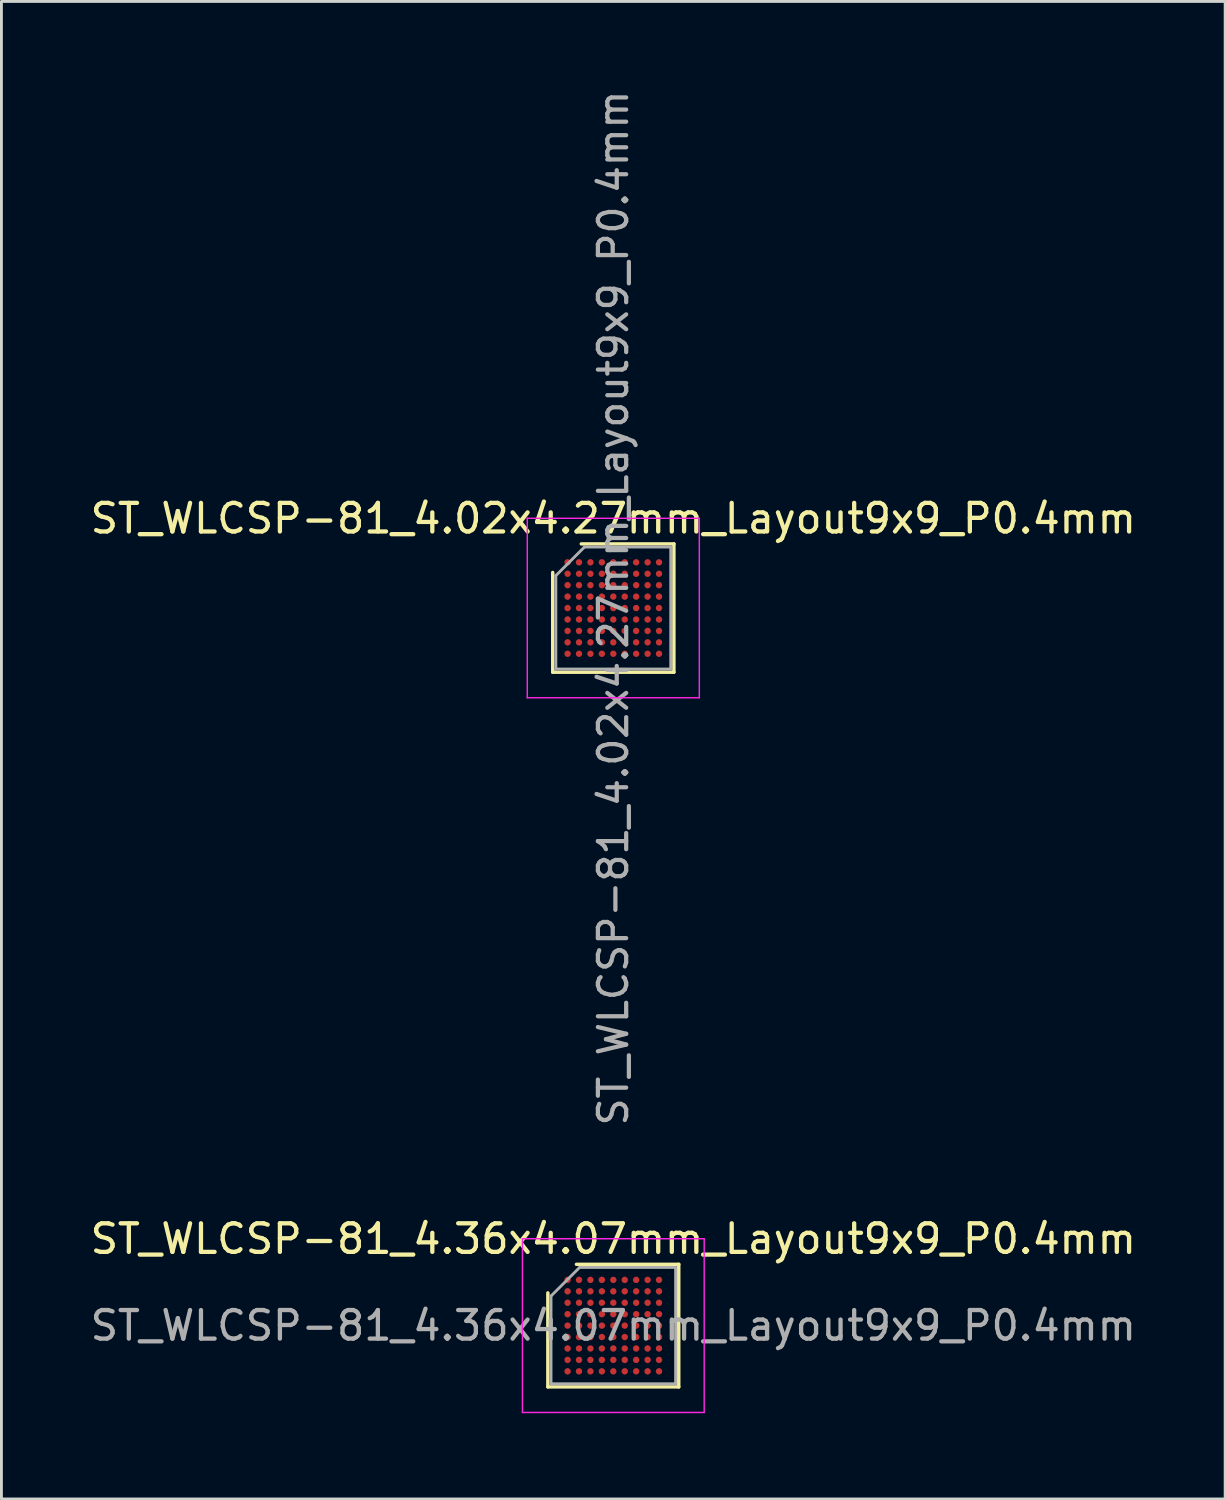
<source format=kicad_pcb>
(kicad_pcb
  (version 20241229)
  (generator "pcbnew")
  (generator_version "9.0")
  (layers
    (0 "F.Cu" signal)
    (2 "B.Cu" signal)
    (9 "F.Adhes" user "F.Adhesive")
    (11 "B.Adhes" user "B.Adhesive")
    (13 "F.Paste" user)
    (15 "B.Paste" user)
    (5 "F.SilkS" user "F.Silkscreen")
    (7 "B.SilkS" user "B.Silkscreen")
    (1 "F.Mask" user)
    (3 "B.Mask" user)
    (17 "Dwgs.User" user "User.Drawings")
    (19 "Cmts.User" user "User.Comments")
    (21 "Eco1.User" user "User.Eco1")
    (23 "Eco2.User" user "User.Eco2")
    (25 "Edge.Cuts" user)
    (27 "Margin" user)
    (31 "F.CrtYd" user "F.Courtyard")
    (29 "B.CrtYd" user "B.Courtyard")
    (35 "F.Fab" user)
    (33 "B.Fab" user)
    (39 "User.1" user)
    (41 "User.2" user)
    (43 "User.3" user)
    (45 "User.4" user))
  (footprint "ST_WLCSP-81_4.02x4.27mm_Layout9x9_P0.4mm"
    (layer "F.Cu")
    (at 18.411 18.227)
    (property "Reference" "ST_WLCSP-81_4.02x4.27mm_Layout9x9_P0.4mm" (at 0 -3.135 0) (layer "F.SilkS") (effects (font (size 1 1) (thickness 0.15))))
    (attr smd)
    (fp_line (start -2.12 2.245) (end -2.12 -1.245) (stroke (width 0.12) (type solid)) (layer "F.SilkS"))
    (fp_line (start -1.12 -2.245) (end 2.12 -2.245) (stroke (width 0.12) (type solid)) (layer "F.SilkS"))
    (fp_line (start 2.12 -2.245) (end 2.12 2.245) (stroke (width 0.12) (type solid)) (layer "F.SilkS"))
    (fp_line (start 2.12 2.245) (end -2.12 2.245) (stroke (width 0.12) (type solid)) (layer "F.SilkS"))
    (fp_line (start -3.01 -3.14) (end -3.01 3.14) (stroke (width 0.05) (type solid)) (layer "F.CrtYd"))
    (fp_line (start -3.01 3.14) (end 3.01 3.14) (stroke (width 0.05) (type solid)) (layer "F.CrtYd"))
    (fp_line (start 3.01 -3.14) (end -3.01 -3.14) (stroke (width 0.05) (type solid)) (layer "F.CrtYd"))
    (fp_line (start 3.01 3.14) (end 3.01 -3.14) (stroke (width 0.05) (type solid)) (layer "F.CrtYd"))
    (fp_line (start -2.01 -1.135) (end -1.01 -2.135) (stroke (width 0.1) (type solid)) (layer "F.Fab"))
    (fp_line (start -2.01 2.135) (end -2.01 -1.135) (stroke (width 0.1) (type solid)) (layer "F.Fab"))
    (fp_line (start -1.01 -2.135) (end 2.01 -2.135) (stroke (width 0.1) (type solid)) (layer "F.Fab"))
    (fp_line (start 2.01 -2.135) (end 2.01 2.135) (stroke (width 0.1) (type solid)) (layer "F.Fab"))
    (fp_line (start 2.01 2.135) (end -2.01 2.135) (stroke (width 0.1) (type solid)) (layer "F.Fab"))
    (fp_text user "${REFERENCE}" (at 0 0 270) (layer "F.Fab") (effects (font (size 0.99 0.99) (thickness 0.148))))
    (pad "A1" smd circle (at -1.6 -1.6) (size 0.225 0.225) (layers "F.Cu" "F.Mask" "F.Paste"))
    (pad "A2" smd circle (at -1.2 -1.6) (size 0.225 0.225) (layers "F.Cu" "F.Mask" "F.Paste"))
    (pad "A3" smd circle (at -0.8 -1.6) (size 0.225 0.225) (layers "F.Cu" "F.Mask" "F.Paste"))
    (pad "A4" smd circle (at -0.4 -1.6) (size 0.225 0.225) (layers "F.Cu" "F.Mask" "F.Paste"))
    (pad "A5" smd circle (at 0 -1.6) (size 0.225 0.225) (layers "F.Cu" "F.Mask" "F.Paste"))
    (pad "A6" smd circle (at 0.4 -1.6) (size 0.225 0.225) (layers "F.Cu" "F.Mask" "F.Paste"))
    (pad "A7" smd circle (at 0.8 -1.6) (size 0.225 0.225) (layers "F.Cu" "F.Mask" "F.Paste"))
    (pad "A8" smd circle (at 1.2 -1.6) (size 0.225 0.225) (layers "F.Cu" "F.Mask" "F.Paste"))
    (pad "A9" smd circle (at 1.6 -1.6) (size 0.225 0.225) (layers "F.Cu" "F.Mask" "F.Paste"))
    (pad "B1" smd circle (at -1.6 -1.2) (size 0.225 0.225) (layers "F.Cu" "F.Mask" "F.Paste"))
    (pad "B2" smd circle (at -1.2 -1.2) (size 0.225 0.225) (layers "F.Cu" "F.Mask" "F.Paste"))
    (pad "B3" smd circle (at -0.8 -1.2) (size 0.225 0.225) (layers "F.Cu" "F.Mask" "F.Paste"))
    (pad "B4" smd circle (at -0.4 -1.2) (size 0.225 0.225) (layers "F.Cu" "F.Mask" "F.Paste"))
    (pad "B5" smd circle (at 0 -1.2) (size 0.225 0.225) (layers "F.Cu" "F.Mask" "F.Paste"))
    (pad "B6" smd circle (at 0.4 -1.2) (size 0.225 0.225) (layers "F.Cu" "F.Mask" "F.Paste"))
    (pad "B7" smd circle (at 0.8 -1.2) (size 0.225 0.225) (layers "F.Cu" "F.Mask" "F.Paste"))
    (pad "B8" smd circle (at 1.2 -1.2) (size 0.225 0.225) (layers "F.Cu" "F.Mask" "F.Paste"))
    (pad "B9" smd circle (at 1.6 -1.2) (size 0.225 0.225) (layers "F.Cu" "F.Mask" "F.Paste"))
    (pad "C1" smd circle (at -1.6 -0.8) (size 0.225 0.225) (layers "F.Cu" "F.Mask" "F.Paste"))
    (pad "C2" smd circle (at -1.2 -0.8) (size 0.225 0.225) (layers "F.Cu" "F.Mask" "F.Paste"))
    (pad "C3" smd circle (at -0.8 -0.8) (size 0.225 0.225) (layers "F.Cu" "F.Mask" "F.Paste"))
    (pad "C4" smd circle (at -0.4 -0.8) (size 0.225 0.225) (layers "F.Cu" "F.Mask" "F.Paste"))
    (pad "C5" smd circle (at 0 -0.8) (size 0.225 0.225) (layers "F.Cu" "F.Mask" "F.Paste"))
    (pad "C6" smd circle (at 0.4 -0.8) (size 0.225 0.225) (layers "F.Cu" "F.Mask" "F.Paste"))
    (pad "C7" smd circle (at 0.8 -0.8) (size 0.225 0.225) (layers "F.Cu" "F.Mask" "F.Paste"))
    (pad "C8" smd circle (at 1.2 -0.8) (size 0.225 0.225) (layers "F.Cu" "F.Mask" "F.Paste"))
    (pad "C9" smd circle (at 1.6 -0.8) (size 0.225 0.225) (layers "F.Cu" "F.Mask" "F.Paste"))
    (pad "D1" smd circle (at -1.6 -0.4) (size 0.225 0.225) (layers "F.Cu" "F.Mask" "F.Paste"))
    (pad "D2" smd circle (at -1.2 -0.4) (size 0.225 0.225) (layers "F.Cu" "F.Mask" "F.Paste"))
    (pad "D3" smd circle (at -0.8 -0.4) (size 0.225 0.225) (layers "F.Cu" "F.Mask" "F.Paste"))
    (pad "D4" smd circle (at -0.4 -0.4) (size 0.225 0.225) (layers "F.Cu" "F.Mask" "F.Paste"))
    (pad "D5" smd circle (at 0 -0.4) (size 0.225 0.225) (layers "F.Cu" "F.Mask" "F.Paste"))
    (pad "D6" smd circle (at 0.4 -0.4) (size 0.225 0.225) (layers "F.Cu" "F.Mask" "F.Paste"))
    (pad "D7" smd circle (at 0.8 -0.4) (size 0.225 0.225) (layers "F.Cu" "F.Mask" "F.Paste"))
    (pad "D8" smd circle (at 1.2 -0.4) (size 0.225 0.225) (layers "F.Cu" "F.Mask" "F.Paste"))
    (pad "D9" smd circle (at 1.6 -0.4) (size 0.225 0.225) (layers "F.Cu" "F.Mask" "F.Paste"))
    (pad "E1" smd circle (at -1.6 0) (size 0.225 0.225) (layers "F.Cu" "F.Mask" "F.Paste"))
    (pad "E2" smd circle (at -1.2 0) (size 0.225 0.225) (layers "F.Cu" "F.Mask" "F.Paste"))
    (pad "E3" smd circle (at -0.8 0) (size 0.225 0.225) (layers "F.Cu" "F.Mask" "F.Paste"))
    (pad "E4" smd circle (at -0.4 0) (size 0.225 0.225) (layers "F.Cu" "F.Mask" "F.Paste"))
    (pad "E5" smd circle (at 0 0) (size 0.225 0.225) (layers "F.Cu" "F.Mask" "F.Paste"))
    (pad "E6" smd circle (at 0.4 0) (size 0.225 0.225) (layers "F.Cu" "F.Mask" "F.Paste"))
    (pad "E7" smd circle (at 0.8 0) (size 0.225 0.225) (layers "F.Cu" "F.Mask" "F.Paste"))
    (pad "E8" smd circle (at 1.2 0) (size 0.225 0.225) (layers "F.Cu" "F.Mask" "F.Paste"))
    (pad "E9" smd circle (at 1.6 0) (size 0.225 0.225) (layers "F.Cu" "F.Mask" "F.Paste"))
    (pad "F1" smd circle (at -1.6 0.4) (size 0.225 0.225) (layers "F.Cu" "F.Mask" "F.Paste"))
    (pad "F2" smd circle (at -1.2 0.4) (size 0.225 0.225) (layers "F.Cu" "F.Mask" "F.Paste"))
    (pad "F3" smd circle (at -0.8 0.4) (size 0.225 0.225) (layers "F.Cu" "F.Mask" "F.Paste"))
    (pad "F4" smd circle (at -0.4 0.4) (size 0.225 0.225) (layers "F.Cu" "F.Mask" "F.Paste"))
    (pad "F5" smd circle (at 0 0.4) (size 0.225 0.225) (layers "F.Cu" "F.Mask" "F.Paste"))
    (pad "F6" smd circle (at 0.4 0.4) (size 0.225 0.225) (layers "F.Cu" "F.Mask" "F.Paste"))
    (pad "F7" smd circle (at 0.8 0.4) (size 0.225 0.225) (layers "F.Cu" "F.Mask" "F.Paste"))
    (pad "F8" smd circle (at 1.2 0.4) (size 0.225 0.225) (layers "F.Cu" "F.Mask" "F.Paste"))
    (pad "F9" smd circle (at 1.6 0.4) (size 0.225 0.225) (layers "F.Cu" "F.Mask" "F.Paste"))
    (pad "G1" smd circle (at -1.6 0.8) (size 0.225 0.225) (layers "F.Cu" "F.Mask" "F.Paste"))
    (pad "G2" smd circle (at -1.2 0.8) (size 0.225 0.225) (layers "F.Cu" "F.Mask" "F.Paste"))
    (pad "G3" smd circle (at -0.8 0.8) (size 0.225 0.225) (layers "F.Cu" "F.Mask" "F.Paste"))
    (pad "G4" smd circle (at -0.4 0.8) (size 0.225 0.225) (layers "F.Cu" "F.Mask" "F.Paste"))
    (pad "G5" smd circle (at 0 0.8) (size 0.225 0.225) (layers "F.Cu" "F.Mask" "F.Paste"))
    (pad "G6" smd circle (at 0.4 0.8) (size 0.225 0.225) (layers "F.Cu" "F.Mask" "F.Paste"))
    (pad "G7" smd circle (at 0.8 0.8) (size 0.225 0.225) (layers "F.Cu" "F.Mask" "F.Paste"))
    (pad "G8" smd circle (at 1.2 0.8) (size 0.225 0.225) (layers "F.Cu" "F.Mask" "F.Paste"))
    (pad "G9" smd circle (at 1.6 0.8) (size 0.225 0.225) (layers "F.Cu" "F.Mask" "F.Paste"))
    (pad "H1" smd circle (at -1.6 1.2) (size 0.225 0.225) (layers "F.Cu" "F.Mask" "F.Paste"))
    (pad "H2" smd circle (at -1.2 1.2) (size 0.225 0.225) (layers "F.Cu" "F.Mask" "F.Paste"))
    (pad "H3" smd circle (at -0.8 1.2) (size 0.225 0.225) (layers "F.Cu" "F.Mask" "F.Paste"))
    (pad "H4" smd circle (at -0.4 1.2) (size 0.225 0.225) (layers "F.Cu" "F.Mask" "F.Paste"))
    (pad "H5" smd circle (at 0 1.2) (size 0.225 0.225) (layers "F.Cu" "F.Mask" "F.Paste"))
    (pad "H6" smd circle (at 0.4 1.2) (size 0.225 0.225) (layers "F.Cu" "F.Mask" "F.Paste"))
    (pad "H7" smd circle (at 0.8 1.2) (size 0.225 0.225) (layers "F.Cu" "F.Mask" "F.Paste"))
    (pad "H8" smd circle (at 1.2 1.2) (size 0.225 0.225) (layers "F.Cu" "F.Mask" "F.Paste"))
    (pad "H9" smd circle (at 1.6 1.2) (size 0.225 0.225) (layers "F.Cu" "F.Mask" "F.Paste"))
    (pad "J1" smd circle (at -1.6 1.6) (size 0.225 0.225) (layers "F.Cu" "F.Mask" "F.Paste"))
    (pad "J2" smd circle (at -1.2 1.6) (size 0.225 0.225) (layers "F.Cu" "F.Mask" "F.Paste"))
    (pad "J3" smd circle (at -0.8 1.6) (size 0.225 0.225) (layers "F.Cu" "F.Mask" "F.Paste"))
    (pad "J4" smd circle (at -0.4 1.6) (size 0.225 0.225) (layers "F.Cu" "F.Mask" "F.Paste"))
    (pad "J5" smd circle (at 0 1.6) (size 0.225 0.225) (layers "F.Cu" "F.Mask" "F.Paste"))
    (pad "J6" smd circle (at 0.4 1.6) (size 0.225 0.225) (layers "F.Cu" "F.Mask" "F.Paste"))
    (pad "J7" smd circle (at 0.8 1.6) (size 0.225 0.225) (layers "F.Cu" "F.Mask" "F.Paste"))
    (pad "J8" smd circle (at 1.2 1.6) (size 0.225 0.225) (layers "F.Cu" "F.Mask" "F.Paste"))
    (pad "J9" smd circle (at 1.6 1.6) (size 0.225 0.225) (layers "F.Cu" "F.Mask" "F.Paste")))
  (footprint "ST_WLCSP-81_4.36x4.07mm_Layout9x9_P0.4mm"
    (layer "F.Cu")
    (at 18.411 43.336)
    (property "Reference" "ST_WLCSP-81_4.36x4.07mm_Layout9x9_P0.4mm" (at 0 -3.035 0) (layer "F.SilkS") (effects (font (size 1 1) (thickness 0.15))))
    (attr smd)
    (fp_line (start -2.29 2.145) (end -2.29 -1.145) (stroke (width 0.12) (type solid)) (layer "F.SilkS"))
    (fp_line (start -1.29 -2.145) (end 2.29 -2.145) (stroke (width 0.12) (type solid)) (layer "F.SilkS"))
    (fp_line (start 2.29 -2.145) (end 2.29 2.145) (stroke (width 0.12) (type solid)) (layer "F.SilkS"))
    (fp_line (start 2.29 2.145) (end -2.29 2.145) (stroke (width 0.12) (type solid)) (layer "F.SilkS"))
    (fp_line (start -3.18 -3.04) (end -3.18 3.04) (stroke (width 0.05) (type solid)) (layer "F.CrtYd"))
    (fp_line (start -3.18 3.04) (end 3.18 3.04) (stroke (width 0.05) (type solid)) (layer "F.CrtYd"))
    (fp_line (start 3.18 -3.04) (end -3.18 -3.04) (stroke (width 0.05) (type solid)) (layer "F.CrtYd"))
    (fp_line (start 3.18 3.04) (end 3.18 -3.04) (stroke (width 0.05) (type solid)) (layer "F.CrtYd"))
    (fp_line (start -2.18 -1.035) (end -1.18 -2.035) (stroke (width 0.1) (type solid)) (layer "F.Fab"))
    (fp_line (start -2.18 2.035) (end -2.18 -1.035) (stroke (width 0.1) (type solid)) (layer "F.Fab"))
    (fp_line (start -1.18 -2.035) (end 2.18 -2.035) (stroke (width 0.1) (type solid)) (layer "F.Fab"))
    (fp_line (start 2.18 -2.035) (end 2.18 2.035) (stroke (width 0.1) (type solid)) (layer "F.Fab"))
    (fp_line (start 2.18 2.035) (end -2.18 2.035) (stroke (width 0.1) (type solid)) (layer "F.Fab"))
    (fp_text user "${REFERENCE}" (at 0 0 0) (layer "F.Fab") (effects (font (size 1 1) (thickness 0.15))))
    (pad "A1" smd circle (at -1.6 -1.6) (size 0.225 0.225) (layers "F.Cu" "F.Mask" "F.Paste"))
    (pad "A2" smd circle (at -1.2 -1.6) (size 0.225 0.225) (layers "F.Cu" "F.Mask" "F.Paste"))
    (pad "A3" smd circle (at -0.8 -1.6) (size 0.225 0.225) (layers "F.Cu" "F.Mask" "F.Paste"))
    (pad "A4" smd circle (at -0.4 -1.6) (size 0.225 0.225) (layers "F.Cu" "F.Mask" "F.Paste"))
    (pad "A5" smd circle (at 0 -1.6) (size 0.225 0.225) (layers "F.Cu" "F.Mask" "F.Paste"))
    (pad "A6" smd circle (at 0.4 -1.6) (size 0.225 0.225) (layers "F.Cu" "F.Mask" "F.Paste"))
    (pad "A7" smd circle (at 0.8 -1.6) (size 0.225 0.225) (layers "F.Cu" "F.Mask" "F.Paste"))
    (pad "A8" smd circle (at 1.2 -1.6) (size 0.225 0.225) (layers "F.Cu" "F.Mask" "F.Paste"))
    (pad "A9" smd circle (at 1.6 -1.6) (size 0.225 0.225) (layers "F.Cu" "F.Mask" "F.Paste"))
    (pad "B1" smd circle (at -1.6 -1.2) (size 0.225 0.225) (layers "F.Cu" "F.Mask" "F.Paste"))
    (pad "B2" smd circle (at -1.2 -1.2) (size 0.225 0.225) (layers "F.Cu" "F.Mask" "F.Paste"))
    (pad "B3" smd circle (at -0.8 -1.2) (size 0.225 0.225) (layers "F.Cu" "F.Mask" "F.Paste"))
    (pad "B4" smd circle (at -0.4 -1.2) (size 0.225 0.225) (layers "F.Cu" "F.Mask" "F.Paste"))
    (pad "B5" smd circle (at 0 -1.2) (size 0.225 0.225) (layers "F.Cu" "F.Mask" "F.Paste"))
    (pad "B6" smd circle (at 0.4 -1.2) (size 0.225 0.225) (layers "F.Cu" "F.Mask" "F.Paste"))
    (pad "B7" smd circle (at 0.8 -1.2) (size 0.225 0.225) (layers "F.Cu" "F.Mask" "F.Paste"))
    (pad "B8" smd circle (at 1.2 -1.2) (size 0.225 0.225) (layers "F.Cu" "F.Mask" "F.Paste"))
    (pad "B9" smd circle (at 1.6 -1.2) (size 0.225 0.225) (layers "F.Cu" "F.Mask" "F.Paste"))
    (pad "C1" smd circle (at -1.6 -0.8) (size 0.225 0.225) (layers "F.Cu" "F.Mask" "F.Paste"))
    (pad "C2" smd circle (at -1.2 -0.8) (size 0.225 0.225) (layers "F.Cu" "F.Mask" "F.Paste"))
    (pad "C3" smd circle (at -0.8 -0.8) (size 0.225 0.225) (layers "F.Cu" "F.Mask" "F.Paste"))
    (pad "C4" smd circle (at -0.4 -0.8) (size 0.225 0.225) (layers "F.Cu" "F.Mask" "F.Paste"))
    (pad "C5" smd circle (at 0 -0.8) (size 0.225 0.225) (layers "F.Cu" "F.Mask" "F.Paste"))
    (pad "C6" smd circle (at 0.4 -0.8) (size 0.225 0.225) (layers "F.Cu" "F.Mask" "F.Paste"))
    (pad "C7" smd circle (at 0.8 -0.8) (size 0.225 0.225) (layers "F.Cu" "F.Mask" "F.Paste"))
    (pad "C8" smd circle (at 1.2 -0.8) (size 0.225 0.225) (layers "F.Cu" "F.Mask" "F.Paste"))
    (pad "C9" smd circle (at 1.6 -0.8) (size 0.225 0.225) (layers "F.Cu" "F.Mask" "F.Paste"))
    (pad "D1" smd circle (at -1.6 -0.4) (size 0.225 0.225) (layers "F.Cu" "F.Mask" "F.Paste"))
    (pad "D2" smd circle (at -1.2 -0.4) (size 0.225 0.225) (layers "F.Cu" "F.Mask" "F.Paste"))
    (pad "D3" smd circle (at -0.8 -0.4) (size 0.225 0.225) (layers "F.Cu" "F.Mask" "F.Paste"))
    (pad "D4" smd circle (at -0.4 -0.4) (size 0.225 0.225) (layers "F.Cu" "F.Mask" "F.Paste"))
    (pad "D5" smd circle (at 0 -0.4) (size 0.225 0.225) (layers "F.Cu" "F.Mask" "F.Paste"))
    (pad "D6" smd circle (at 0.4 -0.4) (size 0.225 0.225) (layers "F.Cu" "F.Mask" "F.Paste"))
    (pad "D7" smd circle (at 0.8 -0.4) (size 0.225 0.225) (layers "F.Cu" "F.Mask" "F.Paste"))
    (pad "D8" smd circle (at 1.2 -0.4) (size 0.225 0.225) (layers "F.Cu" "F.Mask" "F.Paste"))
    (pad "D9" smd circle (at 1.6 -0.4) (size 0.225 0.225) (layers "F.Cu" "F.Mask" "F.Paste"))
    (pad "E1" smd circle (at -1.6 0) (size 0.225 0.225) (layers "F.Cu" "F.Mask" "F.Paste"))
    (pad "E2" smd circle (at -1.2 0) (size 0.225 0.225) (layers "F.Cu" "F.Mask" "F.Paste"))
    (pad "E3" smd circle (at -0.8 0) (size 0.225 0.225) (layers "F.Cu" "F.Mask" "F.Paste"))
    (pad "E4" smd circle (at -0.4 0) (size 0.225 0.225) (layers "F.Cu" "F.Mask" "F.Paste"))
    (pad "E5" smd circle (at 0 0) (size 0.225 0.225) (layers "F.Cu" "F.Mask" "F.Paste"))
    (pad "E6" smd circle (at 0.4 0) (size 0.225 0.225) (layers "F.Cu" "F.Mask" "F.Paste"))
    (pad "E7" smd circle (at 0.8 0) (size 0.225 0.225) (layers "F.Cu" "F.Mask" "F.Paste"))
    (pad "E8" smd circle (at 1.2 0) (size 0.225 0.225) (layers "F.Cu" "F.Mask" "F.Paste"))
    (pad "E9" smd circle (at 1.6 0) (size 0.225 0.225) (layers "F.Cu" "F.Mask" "F.Paste"))
    (pad "F1" smd circle (at -1.6 0.4) (size 0.225 0.225) (layers "F.Cu" "F.Mask" "F.Paste"))
    (pad "F2" smd circle (at -1.2 0.4) (size 0.225 0.225) (layers "F.Cu" "F.Mask" "F.Paste"))
    (pad "F3" smd circle (at -0.8 0.4) (size 0.225 0.225) (layers "F.Cu" "F.Mask" "F.Paste"))
    (pad "F4" smd circle (at -0.4 0.4) (size 0.225 0.225) (layers "F.Cu" "F.Mask" "F.Paste"))
    (pad "F5" smd circle (at 0 0.4) (size 0.225 0.225) (layers "F.Cu" "F.Mask" "F.Paste"))
    (pad "F6" smd circle (at 0.4 0.4) (size 0.225 0.225) (layers "F.Cu" "F.Mask" "F.Paste"))
    (pad "F7" smd circle (at 0.8 0.4) (size 0.225 0.225) (layers "F.Cu" "F.Mask" "F.Paste"))
    (pad "F8" smd circle (at 1.2 0.4) (size 0.225 0.225) (layers "F.Cu" "F.Mask" "F.Paste"))
    (pad "F9" smd circle (at 1.6 0.4) (size 0.225 0.225) (layers "F.Cu" "F.Mask" "F.Paste"))
    (pad "G1" smd circle (at -1.6 0.8) (size 0.225 0.225) (layers "F.Cu" "F.Mask" "F.Paste"))
    (pad "G2" smd circle (at -1.2 0.8) (size 0.225 0.225) (layers "F.Cu" "F.Mask" "F.Paste"))
    (pad "G3" smd circle (at -0.8 0.8) (size 0.225 0.225) (layers "F.Cu" "F.Mask" "F.Paste"))
    (pad "G4" smd circle (at -0.4 0.8) (size 0.225 0.225) (layers "F.Cu" "F.Mask" "F.Paste"))
    (pad "G5" smd circle (at 0 0.8) (size 0.225 0.225) (layers "F.Cu" "F.Mask" "F.Paste"))
    (pad "G6" smd circle (at 0.4 0.8) (size 0.225 0.225) (layers "F.Cu" "F.Mask" "F.Paste"))
    (pad "G7" smd circle (at 0.8 0.8) (size 0.225 0.225) (layers "F.Cu" "F.Mask" "F.Paste"))
    (pad "G8" smd circle (at 1.2 0.8) (size 0.225 0.225) (layers "F.Cu" "F.Mask" "F.Paste"))
    (pad "G9" smd circle (at 1.6 0.8) (size 0.225 0.225) (layers "F.Cu" "F.Mask" "F.Paste"))
    (pad "H1" smd circle (at -1.6 1.2) (size 0.225 0.225) (layers "F.Cu" "F.Mask" "F.Paste"))
    (pad "H2" smd circle (at -1.2 1.2) (size 0.225 0.225) (layers "F.Cu" "F.Mask" "F.Paste"))
    (pad "H3" smd circle (at -0.8 1.2) (size 0.225 0.225) (layers "F.Cu" "F.Mask" "F.Paste"))
    (pad "H4" smd circle (at -0.4 1.2) (size 0.225 0.225) (layers "F.Cu" "F.Mask" "F.Paste"))
    (pad "H5" smd circle (at 0 1.2) (size 0.225 0.225) (layers "F.Cu" "F.Mask" "F.Paste"))
    (pad "H6" smd circle (at 0.4 1.2) (size 0.225 0.225) (layers "F.Cu" "F.Mask" "F.Paste"))
    (pad "H7" smd circle (at 0.8 1.2) (size 0.225 0.225) (layers "F.Cu" "F.Mask" "F.Paste"))
    (pad "H8" smd circle (at 1.2 1.2) (size 0.225 0.225) (layers "F.Cu" "F.Mask" "F.Paste"))
    (pad "H9" smd circle (at 1.6 1.2) (size 0.225 0.225) (layers "F.Cu" "F.Mask" "F.Paste"))
    (pad "J1" smd circle (at -1.6 1.6) (size 0.225 0.225) (layers "F.Cu" "F.Mask" "F.Paste"))
    (pad "J2" smd circle (at -1.2 1.6) (size 0.225 0.225) (layers "F.Cu" "F.Mask" "F.Paste"))
    (pad "J3" smd circle (at -0.8 1.6) (size 0.225 0.225) (layers "F.Cu" "F.Mask" "F.Paste"))
    (pad "J4" smd circle (at -0.4 1.6) (size 0.225 0.225) (layers "F.Cu" "F.Mask" "F.Paste"))
    (pad "J5" smd circle (at 0 1.6) (size 0.225 0.225) (layers "F.Cu" "F.Mask" "F.Paste"))
    (pad "J6" smd circle (at 0.4 1.6) (size 0.225 0.225) (layers "F.Cu" "F.Mask" "F.Paste"))
    (pad "J7" smd circle (at 0.8 1.6) (size 0.225 0.225) (layers "F.Cu" "F.Mask" "F.Paste"))
    (pad "J8" smd circle (at 1.2 1.6) (size 0.225 0.225) (layers "F.Cu" "F.Mask" "F.Paste"))
    (pad "J9" smd circle (at 1.6 1.6) (size 0.225 0.225) (layers "F.Cu" "F.Mask" "F.Paste")))
  (gr_rect
    (start -3 -3)
    (end 39.821 49.401)
    (stroke (width 0.1) (type default))
    (fill no)
    (layer "Edge.Cuts")))
</source>
